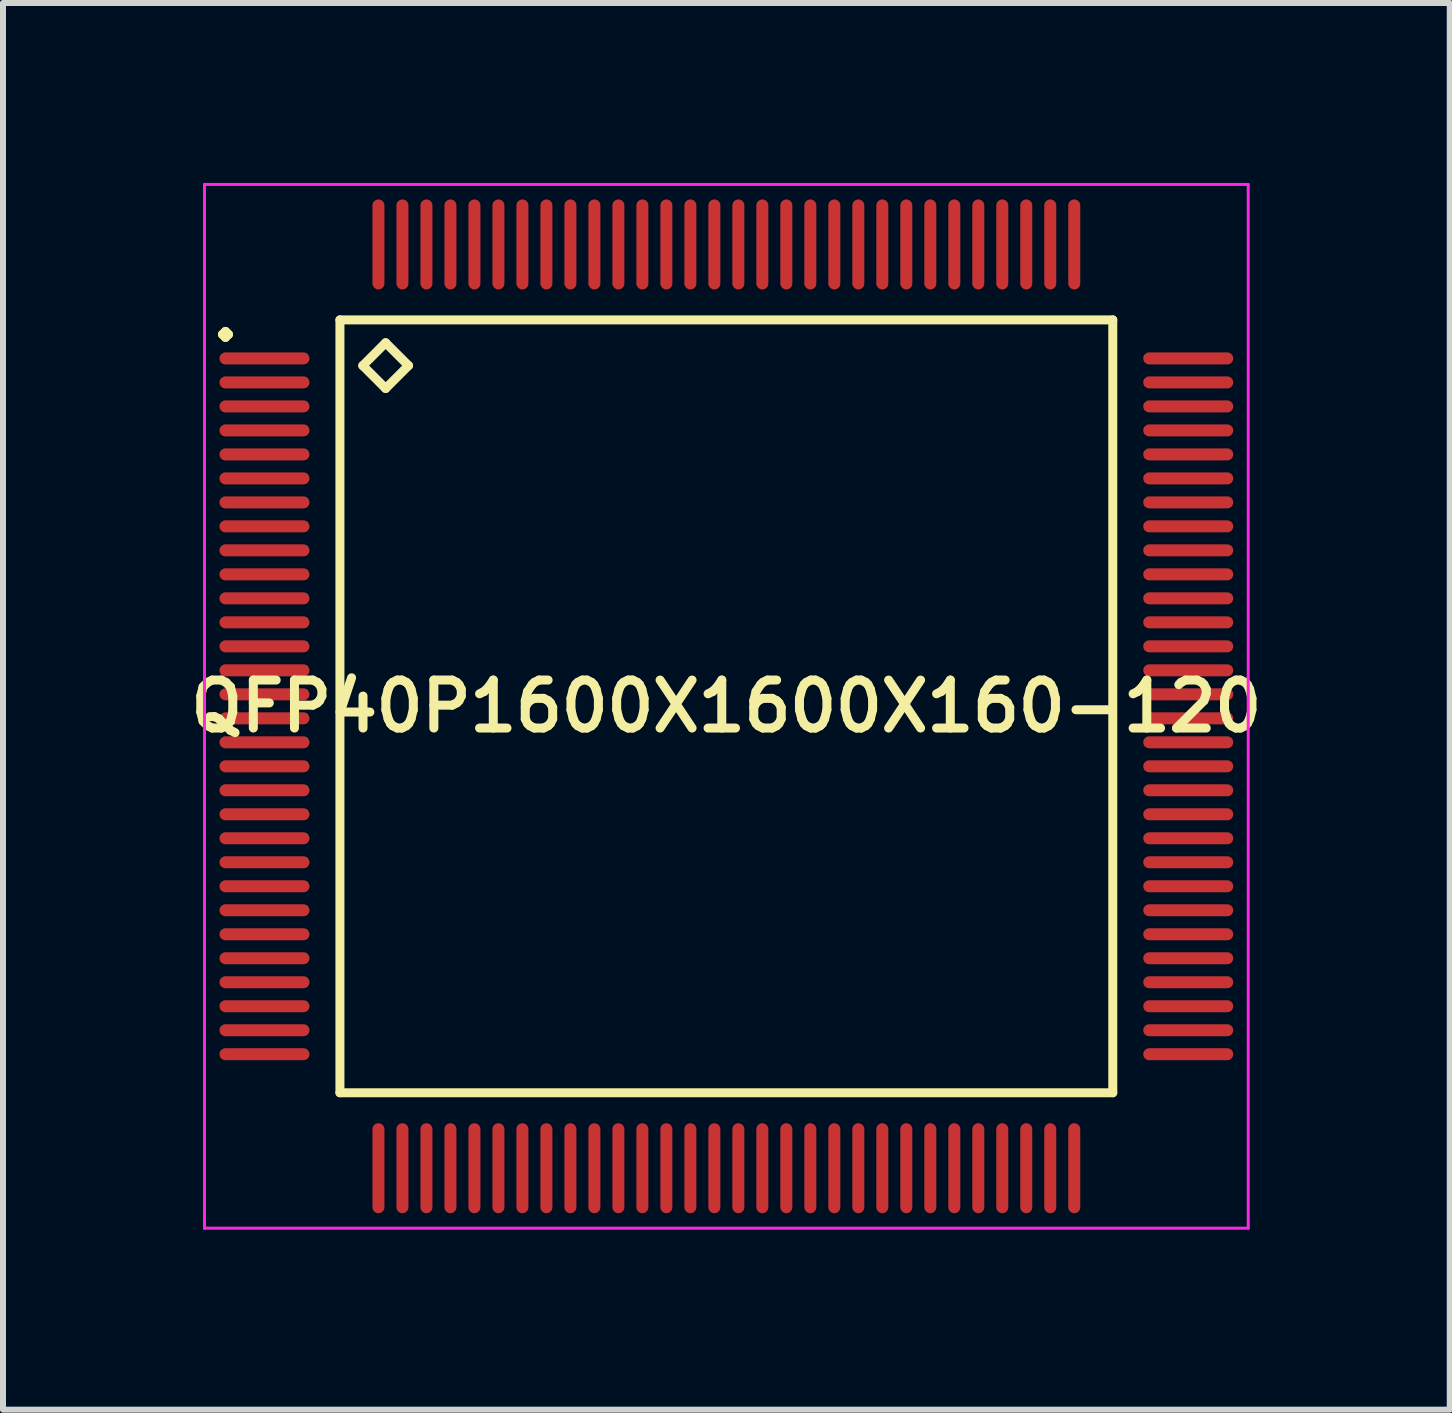
<source format=kicad_pcb>
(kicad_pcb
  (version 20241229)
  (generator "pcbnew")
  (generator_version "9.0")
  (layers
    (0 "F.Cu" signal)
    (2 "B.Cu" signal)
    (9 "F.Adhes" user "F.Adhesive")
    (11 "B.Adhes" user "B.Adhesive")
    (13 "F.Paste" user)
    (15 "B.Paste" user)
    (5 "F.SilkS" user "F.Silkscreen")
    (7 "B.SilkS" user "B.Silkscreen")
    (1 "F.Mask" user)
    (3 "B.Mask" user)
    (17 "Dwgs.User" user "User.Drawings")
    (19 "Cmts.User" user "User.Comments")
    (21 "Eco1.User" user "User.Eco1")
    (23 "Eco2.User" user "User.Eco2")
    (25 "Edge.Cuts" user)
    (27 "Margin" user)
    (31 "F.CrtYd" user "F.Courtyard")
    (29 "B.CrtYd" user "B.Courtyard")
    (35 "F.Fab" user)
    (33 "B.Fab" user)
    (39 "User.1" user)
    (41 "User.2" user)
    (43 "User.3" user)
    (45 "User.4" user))
  (footprint "QFP40P1600X1600X160-120"
    (layer "F.Cu")
    (at 9.059 8.725)
    (property "Reference" "QFP40P1600X1600X160-120" (at 0 0 0) (layer "F.SilkS") (effects (font (size 0.8 0.8) (thickness 0.15))))
    (attr smd)
    (fp_line (start -8.4 -6.2) (end -8.35 -6.25) (stroke (width 0.15) (type solid)) (layer "F.SilkS"))
    (fp_line (start -8.35 -6.25) (end -8.3 -6.2) (stroke (width 0.15) (type solid)) (layer "F.SilkS"))
    (fp_line (start -8.35 -6.15) (end -8.4 -6.2) (stroke (width 0.15) (type solid)) (layer "F.SilkS"))
    (fp_line (start -8.3 -6.2) (end -8.35 -6.15) (stroke (width 0.15) (type solid)) (layer "F.SilkS"))
    (fp_line (start -6.442 -6.442) (end -6.442 6.442) (stroke (width 0.15) (type solid)) (layer "F.SilkS"))
    (fp_line (start -6.442 6.442) (end 6.442 6.442) (stroke (width 0.15) (type solid)) (layer "F.SilkS"))
    (fp_line (start -6.061 -5.68) (end -5.68 -6.061) (stroke (width 0.15) (type solid)) (layer "F.SilkS"))
    (fp_line (start -5.68 -6.061) (end -5.299 -5.68) (stroke (width 0.15) (type solid)) (layer "F.SilkS"))
    (fp_line (start -5.68 -5.299) (end -6.061 -5.68) (stroke (width 0.15) (type solid)) (layer "F.SilkS"))
    (fp_line (start -5.299 -5.68) (end -5.68 -5.299) (stroke (width 0.15) (type solid)) (layer "F.SilkS"))
    (fp_line (start 6.442 -6.442) (end -6.442 -6.442) (stroke (width 0.15) (type solid)) (layer "F.SilkS"))
    (fp_line (start 6.442 6.442) (end 6.442 -6.442) (stroke (width 0.15) (type solid)) (layer "F.SilkS"))
    (fp_line (start -8.7 -8.7) (end 8.7 -8.7) (stroke (width 0.05) (type solid)) (layer "F.CrtYd"))
    (fp_line (start -8.7 8.7) (end -8.7 -8.7) (stroke (width 0.05) (type solid)) (layer "F.CrtYd"))
    (fp_line (start 8.7 -8.7) (end 8.7 8.7) (stroke (width 0.05) (type solid)) (layer "F.CrtYd"))
    (fp_line (start 8.7 8.7) (end -8.7 8.7) (stroke (width 0.05) (type solid)) (layer "F.CrtYd"))
    (pad "1" smd oval (at -7.7 -5.8) (size 1.5 0.2) (layers "F.Cu" "F.Mask" "F.Paste"))
    (pad "2" smd oval (at -7.7 -5.4) (size 1.5 0.2) (layers "F.Cu" "F.Mask" "F.Paste"))
    (pad "3" smd oval (at -7.7 -5) (size 1.5 0.2) (layers "F.Cu" "F.Mask" "F.Paste"))
    (pad "4" smd oval (at -7.7 -4.6) (size 1.5 0.2) (layers "F.Cu" "F.Mask" "F.Paste"))
    (pad "5" smd oval (at -7.7 -4.2) (size 1.5 0.2) (layers "F.Cu" "F.Mask" "F.Paste"))
    (pad "6" smd oval (at -7.7 -3.8) (size 1.5 0.2) (layers "F.Cu" "F.Mask" "F.Paste"))
    (pad "7" smd oval (at -7.7 -3.4) (size 1.5 0.2) (layers "F.Cu" "F.Mask" "F.Paste"))
    (pad "8" smd oval (at -7.7 -3) (size 1.5 0.2) (layers "F.Cu" "F.Mask" "F.Paste"))
    (pad "9" smd oval (at -7.7 -2.6) (size 1.5 0.2) (layers "F.Cu" "F.Mask" "F.Paste"))
    (pad "10" smd oval (at -7.7 -2.2) (size 1.5 0.2) (layers "F.Cu" "F.Mask" "F.Paste"))
    (pad "11" smd oval (at -7.7 -1.8) (size 1.5 0.2) (layers "F.Cu" "F.Mask" "F.Paste"))
    (pad "12" smd oval (at -7.7 -1.4) (size 1.5 0.2) (layers "F.Cu" "F.Mask" "F.Paste"))
    (pad "13" smd oval (at -7.7 -1) (size 1.5 0.2) (layers "F.Cu" "F.Mask" "F.Paste"))
    (pad "14" smd oval (at -7.7 -0.6) (size 1.5 0.2) (layers "F.Cu" "F.Mask" "F.Paste"))
    (pad "15" smd oval (at -7.7 -0.2) (size 1.5 0.2) (layers "F.Cu" "F.Mask" "F.Paste"))
    (pad "16" smd oval (at -7.7 0.2) (size 1.5 0.2) (layers "F.Cu" "F.Mask" "F.Paste"))
    (pad "17" smd oval (at -7.7 0.6) (size 1.5 0.2) (layers "F.Cu" "F.Mask" "F.Paste"))
    (pad "18" smd oval (at -7.7 1) (size 1.5 0.2) (layers "F.Cu" "F.Mask" "F.Paste"))
    (pad "19" smd oval (at -7.7 1.4) (size 1.5 0.2) (layers "F.Cu" "F.Mask" "F.Paste"))
    (pad "20" smd oval (at -7.7 1.8) (size 1.5 0.2) (layers "F.Cu" "F.Mask" "F.Paste"))
    (pad "21" smd oval (at -7.7 2.2) (size 1.5 0.2) (layers "F.Cu" "F.Mask" "F.Paste"))
    (pad "22" smd oval (at -7.7 2.6) (size 1.5 0.2) (layers "F.Cu" "F.Mask" "F.Paste"))
    (pad "23" smd oval (at -7.7 3) (size 1.5 0.2) (layers "F.Cu" "F.Mask" "F.Paste"))
    (pad "24" smd oval (at -7.7 3.4) (size 1.5 0.2) (layers "F.Cu" "F.Mask" "F.Paste"))
    (pad "25" smd oval (at -7.7 3.8) (size 1.5 0.2) (layers "F.Cu" "F.Mask" "F.Paste"))
    (pad "26" smd oval (at -7.7 4.2) (size 1.5 0.2) (layers "F.Cu" "F.Mask" "F.Paste"))
    (pad "27" smd oval (at -7.7 4.6) (size 1.5 0.2) (layers "F.Cu" "F.Mask" "F.Paste"))
    (pad "28" smd oval (at -7.7 5) (size 1.5 0.2) (layers "F.Cu" "F.Mask" "F.Paste"))
    (pad "29" smd oval (at -7.7 5.4) (size 1.5 0.2) (layers "F.Cu" "F.Mask" "F.Paste"))
    (pad "30" smd oval (at -7.7 5.8) (size 1.5 0.2) (layers "F.Cu" "F.Mask" "F.Paste"))
    (pad "31" smd oval (at -5.8 7.7) (size 0.2 1.5) (layers "F.Cu" "F.Mask" "F.Paste"))
    (pad "32" smd oval (at -5.4 7.7) (size 0.2 1.5) (layers "F.Cu" "F.Mask" "F.Paste"))
    (pad "33" smd oval (at -5 7.7) (size 0.2 1.5) (layers "F.Cu" "F.Mask" "F.Paste"))
    (pad "34" smd oval (at -4.6 7.7) (size 0.2 1.5) (layers "F.Cu" "F.Mask" "F.Paste"))
    (pad "35" smd oval (at -4.2 7.7) (size 0.2 1.5) (layers "F.Cu" "F.Mask" "F.Paste"))
    (pad "36" smd oval (at -3.8 7.7) (size 0.2 1.5) (layers "F.Cu" "F.Mask" "F.Paste"))
    (pad "37" smd oval (at -3.4 7.7) (size 0.2 1.5) (layers "F.Cu" "F.Mask" "F.Paste"))
    (pad "38" smd oval (at -3 7.7) (size 0.2 1.5) (layers "F.Cu" "F.Mask" "F.Paste"))
    (pad "39" smd oval (at -2.6 7.7) (size 0.2 1.5) (layers "F.Cu" "F.Mask" "F.Paste"))
    (pad "40" smd oval (at -2.2 7.7) (size 0.2 1.5) (layers "F.Cu" "F.Mask" "F.Paste"))
    (pad "41" smd oval (at -1.8 7.7) (size 0.2 1.5) (layers "F.Cu" "F.Mask" "F.Paste"))
    (pad "42" smd oval (at -1.4 7.7) (size 0.2 1.5) (layers "F.Cu" "F.Mask" "F.Paste"))
    (pad "43" smd oval (at -1 7.7) (size 0.2 1.5) (layers "F.Cu" "F.Mask" "F.Paste"))
    (pad "44" smd oval (at -0.6 7.7) (size 0.2 1.5) (layers "F.Cu" "F.Mask" "F.Paste"))
    (pad "45" smd oval (at -0.2 7.7) (size 0.2 1.5) (layers "F.Cu" "F.Mask" "F.Paste"))
    (pad "46" smd oval (at 0.2 7.7) (size 0.2 1.5) (layers "F.Cu" "F.Mask" "F.Paste"))
    (pad "47" smd oval (at 0.6 7.7) (size 0.2 1.5) (layers "F.Cu" "F.Mask" "F.Paste"))
    (pad "48" smd oval (at 1 7.7) (size 0.2 1.5) (layers "F.Cu" "F.Mask" "F.Paste"))
    (pad "49" smd oval (at 1.4 7.7) (size 0.2 1.5) (layers "F.Cu" "F.Mask" "F.Paste"))
    (pad "50" smd oval (at 1.8 7.7) (size 0.2 1.5) (layers "F.Cu" "F.Mask" "F.Paste"))
    (pad "51" smd oval (at 2.2 7.7) (size 0.2 1.5) (layers "F.Cu" "F.Mask" "F.Paste"))
    (pad "52" smd oval (at 2.6 7.7) (size 0.2 1.5) (layers "F.Cu" "F.Mask" "F.Paste"))
    (pad "53" smd oval (at 3 7.7) (size 0.2 1.5) (layers "F.Cu" "F.Mask" "F.Paste"))
    (pad "54" smd oval (at 3.4 7.7) (size 0.2 1.5) (layers "F.Cu" "F.Mask" "F.Paste"))
    (pad "55" smd oval (at 3.8 7.7) (size 0.2 1.5) (layers "F.Cu" "F.Mask" "F.Paste"))
    (pad "56" smd oval (at 4.2 7.7) (size 0.2 1.5) (layers "F.Cu" "F.Mask" "F.Paste"))
    (pad "57" smd oval (at 4.6 7.7) (size 0.2 1.5) (layers "F.Cu" "F.Mask" "F.Paste"))
    (pad "58" smd oval (at 5 7.7) (size 0.2 1.5) (layers "F.Cu" "F.Mask" "F.Paste"))
    (pad "59" smd oval (at 5.4 7.7) (size 0.2 1.5) (layers "F.Cu" "F.Mask" "F.Paste"))
    (pad "60" smd oval (at 5.8 7.7) (size 0.2 1.5) (layers "F.Cu" "F.Mask" "F.Paste"))
    (pad "61" smd oval (at 7.7 5.8) (size 1.5 0.2) (layers "F.Cu" "F.Mask" "F.Paste"))
    (pad "62" smd oval (at 7.7 5.4) (size 1.5 0.2) (layers "F.Cu" "F.Mask" "F.Paste"))
    (pad "63" smd oval (at 7.7 5) (size 1.5 0.2) (layers "F.Cu" "F.Mask" "F.Paste"))
    (pad "64" smd oval (at 7.7 4.6) (size 1.5 0.2) (layers "F.Cu" "F.Mask" "F.Paste"))
    (pad "65" smd oval (at 7.7 4.2) (size 1.5 0.2) (layers "F.Cu" "F.Mask" "F.Paste"))
    (pad "66" smd oval (at 7.7 3.8) (size 1.5 0.2) (layers "F.Cu" "F.Mask" "F.Paste"))
    (pad "67" smd oval (at 7.7 3.4) (size 1.5 0.2) (layers "F.Cu" "F.Mask" "F.Paste"))
    (pad "68" smd oval (at 7.7 3) (size 1.5 0.2) (layers "F.Cu" "F.Mask" "F.Paste"))
    (pad "69" smd oval (at 7.7 2.6) (size 1.5 0.2) (layers "F.Cu" "F.Mask" "F.Paste"))
    (pad "70" smd oval (at 7.7 2.2) (size 1.5 0.2) (layers "F.Cu" "F.Mask" "F.Paste"))
    (pad "71" smd oval (at 7.7 1.8) (size 1.5 0.2) (layers "F.Cu" "F.Mask" "F.Paste"))
    (pad "72" smd oval (at 7.7 1.4) (size 1.5 0.2) (layers "F.Cu" "F.Mask" "F.Paste"))
    (pad "73" smd oval (at 7.7 1) (size 1.5 0.2) (layers "F.Cu" "F.Mask" "F.Paste"))
    (pad "74" smd oval (at 7.7 0.6) (size 1.5 0.2) (layers "F.Cu" "F.Mask" "F.Paste"))
    (pad "75" smd oval (at 7.7 0.2) (size 1.5 0.2) (layers "F.Cu" "F.Mask" "F.Paste"))
    (pad "76" smd oval (at 7.7 -0.2) (size 1.5 0.2) (layers "F.Cu" "F.Mask" "F.Paste"))
    (pad "77" smd oval (at 7.7 -0.6) (size 1.5 0.2) (layers "F.Cu" "F.Mask" "F.Paste"))
    (pad "78" smd oval (at 7.7 -1) (size 1.5 0.2) (layers "F.Cu" "F.Mask" "F.Paste"))
    (pad "79" smd oval (at 7.7 -1.4) (size 1.5 0.2) (layers "F.Cu" "F.Mask" "F.Paste"))
    (pad "80" smd oval (at 7.7 -1.8) (size 1.5 0.2) (layers "F.Cu" "F.Mask" "F.Paste"))
    (pad "81" smd oval (at 7.7 -2.2) (size 1.5 0.2) (layers "F.Cu" "F.Mask" "F.Paste"))
    (pad "82" smd oval (at 7.7 -2.6) (size 1.5 0.2) (layers "F.Cu" "F.Mask" "F.Paste"))
    (pad "83" smd oval (at 7.7 -3) (size 1.5 0.2) (layers "F.Cu" "F.Mask" "F.Paste"))
    (pad "84" smd oval (at 7.7 -3.4) (size 1.5 0.2) (layers "F.Cu" "F.Mask" "F.Paste"))
    (pad "85" smd oval (at 7.7 -3.8) (size 1.5 0.2) (layers "F.Cu" "F.Mask" "F.Paste"))
    (pad "86" smd oval (at 7.7 -4.2) (size 1.5 0.2) (layers "F.Cu" "F.Mask" "F.Paste"))
    (pad "87" smd oval (at 7.7 -4.6) (size 1.5 0.2) (layers "F.Cu" "F.Mask" "F.Paste"))
    (pad "88" smd oval (at 7.7 -5) (size 1.5 0.2) (layers "F.Cu" "F.Mask" "F.Paste"))
    (pad "89" smd oval (at 7.7 -5.4) (size 1.5 0.2) (layers "F.Cu" "F.Mask" "F.Paste"))
    (pad "90" smd oval (at 7.7 -5.8) (size 1.5 0.2) (layers "F.Cu" "F.Mask" "F.Paste"))
    (pad "91" smd oval (at 5.8 -7.7) (size 0.2 1.5) (layers "F.Cu" "F.Mask" "F.Paste"))
    (pad "92" smd oval (at 5.4 -7.7) (size 0.2 1.5) (layers "F.Cu" "F.Mask" "F.Paste"))
    (pad "93" smd oval (at 5 -7.7) (size 0.2 1.5) (layers "F.Cu" "F.Mask" "F.Paste"))
    (pad "94" smd oval (at 4.6 -7.7) (size 0.2 1.5) (layers "F.Cu" "F.Mask" "F.Paste"))
    (pad "95" smd oval (at 4.2 -7.7) (size 0.2 1.5) (layers "F.Cu" "F.Mask" "F.Paste"))
    (pad "96" smd oval (at 3.8 -7.7) (size 0.2 1.5) (layers "F.Cu" "F.Mask" "F.Paste"))
    (pad "97" smd oval (at 3.4 -7.7) (size 0.2 1.5) (layers "F.Cu" "F.Mask" "F.Paste"))
    (pad "98" smd oval (at 3 -7.7) (size 0.2 1.5) (layers "F.Cu" "F.Mask" "F.Paste"))
    (pad "99" smd oval (at 2.6 -7.7) (size 0.2 1.5) (layers "F.Cu" "F.Mask" "F.Paste"))
    (pad "100" smd oval (at 2.2 -7.7) (size 0.2 1.5) (layers "F.Cu" "F.Mask" "F.Paste"))
    (pad "101" smd oval (at 1.8 -7.7) (size 0.2 1.5) (layers "F.Cu" "F.Mask" "F.Paste"))
    (pad "102" smd oval (at 1.4 -7.7) (size 0.2 1.5) (layers "F.Cu" "F.Mask" "F.Paste"))
    (pad "103" smd oval (at 1 -7.7) (size 0.2 1.5) (layers "F.Cu" "F.Mask" "F.Paste"))
    (pad "104" smd oval (at 0.6 -7.7) (size 0.2 1.5) (layers "F.Cu" "F.Mask" "F.Paste"))
    (pad "105" smd oval (at 0.2 -7.7) (size 0.2 1.5) (layers "F.Cu" "F.Mask" "F.Paste"))
    (pad "106" smd oval (at -0.2 -7.7) (size 0.2 1.5) (layers "F.Cu" "F.Mask" "F.Paste"))
    (pad "107" smd oval (at -0.6 -7.7) (size 0.2 1.5) (layers "F.Cu" "F.Mask" "F.Paste"))
    (pad "108" smd oval (at -1 -7.7) (size 0.2 1.5) (layers "F.Cu" "F.Mask" "F.Paste"))
    (pad "109" smd oval (at -1.4 -7.7) (size 0.2 1.5) (layers "F.Cu" "F.Mask" "F.Paste"))
    (pad "110" smd oval (at -1.8 -7.7) (size 0.2 1.5) (layers "F.Cu" "F.Mask" "F.Paste"))
    (pad "111" smd oval (at -2.2 -7.7) (size 0.2 1.5) (layers "F.Cu" "F.Mask" "F.Paste"))
    (pad "112" smd oval (at -2.6 -7.7) (size 0.2 1.5) (layers "F.Cu" "F.Mask" "F.Paste"))
    (pad "113" smd oval (at -3 -7.7) (size 0.2 1.5) (layers "F.Cu" "F.Mask" "F.Paste"))
    (pad "114" smd oval (at -3.4 -7.7) (size 0.2 1.5) (layers "F.Cu" "F.Mask" "F.Paste"))
    (pad "115" smd oval (at -3.8 -7.7) (size 0.2 1.5) (layers "F.Cu" "F.Mask" "F.Paste"))
    (pad "116" smd oval (at -4.2 -7.7) (size 0.2 1.5) (layers "F.Cu" "F.Mask" "F.Paste"))
    (pad "117" smd oval (at -4.6 -7.7) (size 0.2 1.5) (layers "F.Cu" "F.Mask" "F.Paste"))
    (pad "118" smd oval (at -5 -7.7) (size 0.2 1.5) (layers "F.Cu" "F.Mask" "F.Paste"))
    (pad "119" smd oval (at -5.4 -7.7) (size 0.2 1.5) (layers "F.Cu" "F.Mask" "F.Paste"))
    (pad "120" smd oval (at -5.8 -7.7) (size 0.2 1.5) (layers "F.Cu" "F.Mask" "F.Paste")))
  (gr_rect
    (start -3 -3)
    (end 21.119 20.45)
    (stroke (width 0.1) (type default))
    (fill no)
    (layer "Edge.Cuts")))
</source>
